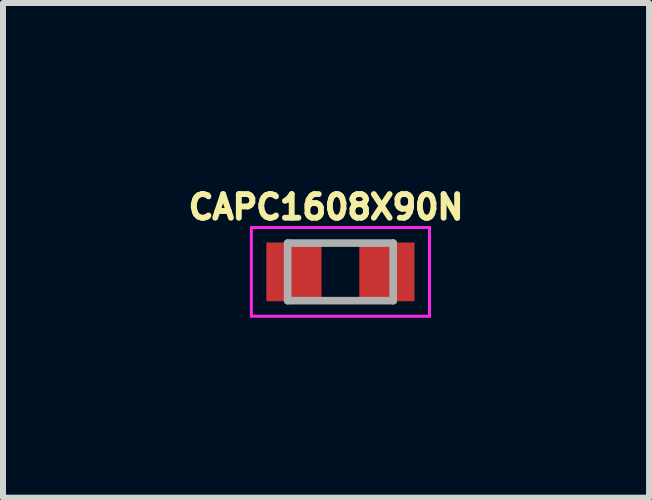
<source format=kicad_pcb>
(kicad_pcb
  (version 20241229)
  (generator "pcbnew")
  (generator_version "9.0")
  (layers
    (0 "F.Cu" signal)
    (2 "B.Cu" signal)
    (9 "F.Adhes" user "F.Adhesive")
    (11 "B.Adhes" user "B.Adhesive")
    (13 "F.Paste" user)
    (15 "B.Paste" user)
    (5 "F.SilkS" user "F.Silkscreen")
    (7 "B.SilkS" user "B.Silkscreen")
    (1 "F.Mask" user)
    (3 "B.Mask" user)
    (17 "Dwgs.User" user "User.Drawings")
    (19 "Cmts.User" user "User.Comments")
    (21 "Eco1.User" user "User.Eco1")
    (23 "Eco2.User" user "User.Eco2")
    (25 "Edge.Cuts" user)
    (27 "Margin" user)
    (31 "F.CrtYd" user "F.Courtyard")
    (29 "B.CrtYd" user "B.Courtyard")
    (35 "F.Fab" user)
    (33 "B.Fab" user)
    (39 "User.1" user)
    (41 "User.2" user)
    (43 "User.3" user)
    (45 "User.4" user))
  (footprint "CAPC1608X90N"
    (layer "F.Cu")
    (at 2.626 1.483)
    (property "Reference" "CAPC1608X90N" (at -0.24 -1.08 0) (layer "F.SilkS") (effects (font (size 0.394 0.394) (thickness 0.098))))
    (attr smd)
    (fp_line (start -1.485 -0.74) (end 1.485 -0.74) (stroke (width 0.05) (type solid)) (layer "F.CrtYd"))
    (fp_line (start -1.485 0.74) (end -1.485 -0.74) (stroke (width 0.05) (type solid)) (layer "F.CrtYd"))
    (fp_line (start -1.485 0.74) (end 1.485 0.74) (stroke (width 0.05) (type solid)) (layer "F.CrtYd"))
    (fp_line (start 1.485 0.74) (end 1.485 -0.74) (stroke (width 0.05) (type solid)) (layer "F.CrtYd"))
    (fp_line (start -0.88 0.48) (end -0.88 -0.48) (stroke (width 0.127) (type solid)) (layer "F.Fab"))
    (fp_line (start 0.88 -0.48) (end -0.88 -0.48) (stroke (width 0.127) (type solid)) (layer "F.Fab"))
    (fp_line (start 0.88 0.48) (end -0.88 0.48) (stroke (width 0.127) (type solid)) (layer "F.Fab"))
    (fp_line (start 0.88 0.48) (end 0.88 -0.48) (stroke (width 0.127) (type solid)) (layer "F.Fab"))
    (pad "1" smd rect (at -0.775 0) (size 0.92 0.98) (layers "F.Cu" "F.Mask" "F.Paste"))
    (pad "2" smd rect (at 0.775 0) (size 0.92 0.98) (layers "F.Cu" "F.Mask" "F.Paste")))
  (gr_rect
    (start -3 -3)
    (end 7.772 5.248)
    (stroke (width 0.1) (type default))
    (fill no)
    (layer "Edge.Cuts")))
</source>
